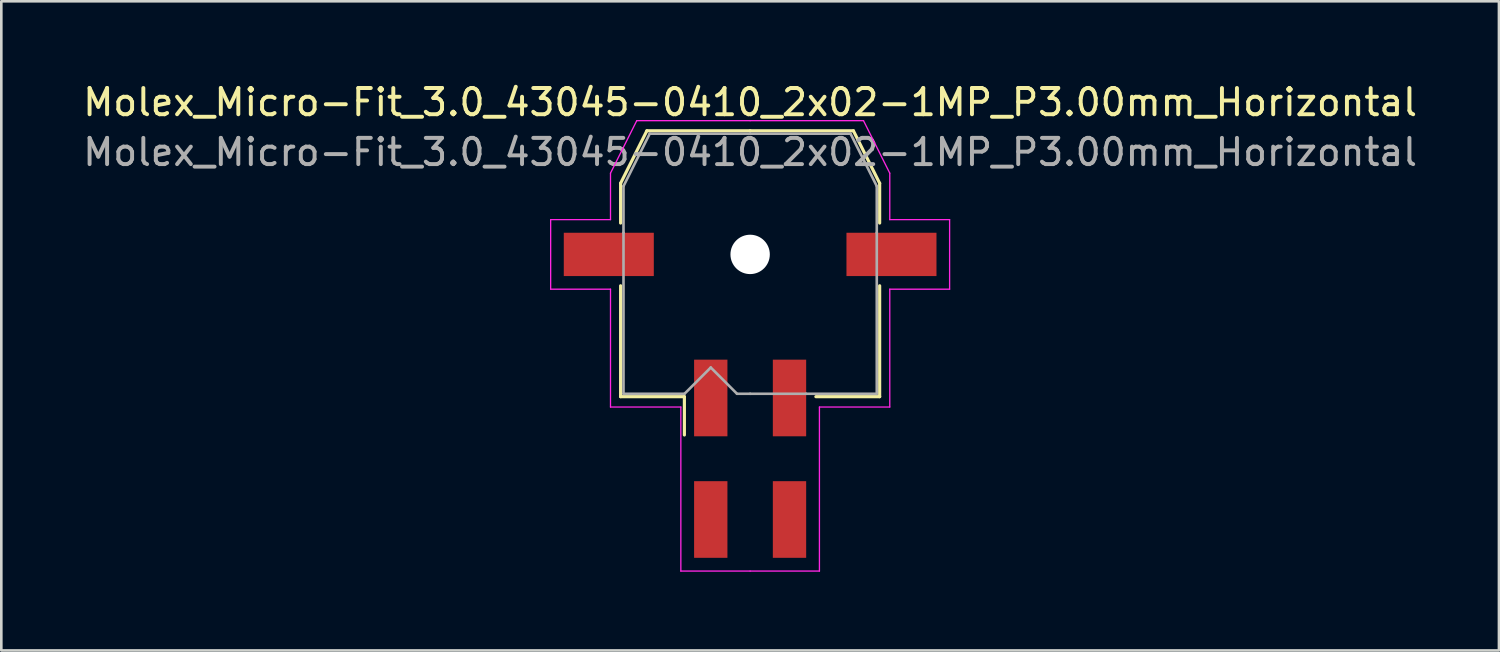
<source format=kicad_pcb>
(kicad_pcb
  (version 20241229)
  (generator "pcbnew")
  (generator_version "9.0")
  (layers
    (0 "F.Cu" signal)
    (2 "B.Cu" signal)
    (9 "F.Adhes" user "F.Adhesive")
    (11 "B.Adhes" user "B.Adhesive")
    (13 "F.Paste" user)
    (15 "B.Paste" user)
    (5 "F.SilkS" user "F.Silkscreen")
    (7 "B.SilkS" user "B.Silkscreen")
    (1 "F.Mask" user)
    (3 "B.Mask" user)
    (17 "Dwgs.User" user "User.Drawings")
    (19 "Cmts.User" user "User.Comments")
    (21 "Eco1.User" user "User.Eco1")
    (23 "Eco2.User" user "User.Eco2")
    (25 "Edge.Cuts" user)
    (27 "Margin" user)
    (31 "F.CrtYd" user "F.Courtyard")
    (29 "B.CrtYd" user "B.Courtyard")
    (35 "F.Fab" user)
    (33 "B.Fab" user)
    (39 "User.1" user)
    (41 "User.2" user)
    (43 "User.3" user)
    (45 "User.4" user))
  (footprint "Molex_Micro-Fit_3.0_43045-0410_2x02-1MP_P3.00mm_Horizontal"
    (layer "F.Cu")
    (at 25.53 14.428)
    (property "Reference" "Molex_Micro-Fit_3.0_43045-0410_2x02-1MP_P3.00mm_Horizontal" (at 0 -13.58 0) (layer "F.SilkS") (effects (font (size 1 1) (thickness 0.15))))
    (attr smd)
    (fp_line (start -4.935 -10.495) (end -4.935 -8.98) (stroke (width 0.12) (type solid)) (layer "F.SilkS"))
    (fp_line (start -4.935 -6.59) (end -4.935 -2.365) (stroke (width 0.12) (type solid)) (layer "F.SilkS"))
    (fp_line (start -4.935 -2.365) (end -2.505 -2.365) (stroke (width 0.12) (type solid)) (layer "F.SilkS"))
    (fp_line (start -3.935 -12.495) (end -4.935 -10.495) (stroke (width 0.12) (type solid)) (layer "F.SilkS"))
    (fp_line (start -2.505 -2.365) (end -2.505 -0.905) (stroke (width 0.12) (type solid)) (layer "F.SilkS"))
    (fp_line (start 0 -12.495) (end -3.935 -12.495) (stroke (width 0.12) (type solid)) (layer "F.SilkS"))
    (fp_line (start 0 -12.495) (end 3.935 -12.495) (stroke (width 0.12) (type solid)) (layer "F.SilkS"))
    (fp_line (start 3.935 -12.495) (end 4.935 -10.495) (stroke (width 0.12) (type solid)) (layer "F.SilkS"))
    (fp_line (start 4.935 -10.495) (end 4.935 -8.98) (stroke (width 0.12) (type solid)) (layer "F.SilkS"))
    (fp_line (start 4.935 -6.59) (end 4.935 -2.365) (stroke (width 0.12) (type solid)) (layer "F.SilkS"))
    (fp_line (start 4.935 -2.365) (end 2.505 -2.365) (stroke (width 0.12) (type solid)) (layer "F.SilkS"))
    (fp_line (start -7.6 -9.11) (end -7.6 -6.46) (stroke (width 0.05) (type solid)) (layer "F.CrtYd"))
    (fp_line (start -7.6 -6.46) (end -5.32 -6.46) (stroke (width 0.05) (type solid)) (layer "F.CrtYd"))
    (fp_line (start -5.32 -10.88) (end -5.32 -9.11) (stroke (width 0.05) (type solid)) (layer "F.CrtYd"))
    (fp_line (start -5.32 -9.11) (end -7.6 -9.11) (stroke (width 0.05) (type solid)) (layer "F.CrtYd"))
    (fp_line (start -5.32 -6.46) (end -5.32 -1.97) (stroke (width 0.05) (type solid)) (layer "F.CrtYd"))
    (fp_line (start -5.32 -1.97) (end -2.64 -1.97) (stroke (width 0.05) (type solid)) (layer "F.CrtYd"))
    (fp_line (start -4.32 -12.88) (end -5.32 -10.88) (stroke (width 0.05) (type solid)) (layer "F.CrtYd"))
    (fp_line (start -2.64 -1.97) (end -2.64 4.28) (stroke (width 0.05) (type solid)) (layer "F.CrtYd"))
    (fp_line (start -2.64 4.28) (end 0 4.28) (stroke (width 0.05) (type solid)) (layer "F.CrtYd"))
    (fp_line (start 0 -12.88) (end -4.32 -12.88) (stroke (width 0.05) (type solid)) (layer "F.CrtYd"))
    (fp_line (start 0 -12.88) (end 4.32 -12.88) (stroke (width 0.05) (type solid)) (layer "F.CrtYd"))
    (fp_line (start 2.64 -1.97) (end 2.64 4.28) (stroke (width 0.05) (type solid)) (layer "F.CrtYd"))
    (fp_line (start 2.64 4.28) (end 0 4.28) (stroke (width 0.05) (type solid)) (layer "F.CrtYd"))
    (fp_line (start 4.32 -12.88) (end 5.32 -10.88) (stroke (width 0.05) (type solid)) (layer "F.CrtYd"))
    (fp_line (start 5.32 -10.88) (end 5.32 -9.11) (stroke (width 0.05) (type solid)) (layer "F.CrtYd"))
    (fp_line (start 5.32 -9.11) (end 7.6 -9.11) (stroke (width 0.05) (type solid)) (layer "F.CrtYd"))
    (fp_line (start 5.32 -6.46) (end 5.32 -1.97) (stroke (width 0.05) (type solid)) (layer "F.CrtYd"))
    (fp_line (start 5.32 -1.97) (end 2.64 -1.97) (stroke (width 0.05) (type solid)) (layer "F.CrtYd"))
    (fp_line (start 7.6 -9.11) (end 7.6 -6.46) (stroke (width 0.05) (type solid)) (layer "F.CrtYd"))
    (fp_line (start 7.6 -6.46) (end 5.32 -6.46) (stroke (width 0.05) (type solid)) (layer "F.CrtYd"))
    (fp_line (start -4.825 -10.385) (end -4.825 -8.61) (stroke (width 0.1) (type solid)) (layer "F.Fab"))
    (fp_line (start -4.825 -8.61) (end -4.825 -2.475) (stroke (width 0.1) (type solid)) (layer "F.Fab"))
    (fp_line (start -4.825 -2.475) (end -2.5 -2.475) (stroke (width 0.1) (type solid)) (layer "F.Fab"))
    (fp_line (start -3.825 -12.385) (end -4.825 -10.385) (stroke (width 0.1) (type solid)) (layer "F.Fab"))
    (fp_line (start -2.5 -2.475) (end -1.5 -3.475) (stroke (width 0.1) (type solid)) (layer "F.Fab"))
    (fp_line (start -1.5 -3.475) (end -0.5 -2.475) (stroke (width 0.1) (type solid)) (layer "F.Fab"))
    (fp_line (start -0.5 -2.475) (end 0 -2.475) (stroke (width 0.1) (type solid)) (layer "F.Fab"))
    (fp_line (start 0 -12.385) (end -3.825 -12.385) (stroke (width 0.1) (type solid)) (layer "F.Fab"))
    (fp_line (start 0 -12.385) (end 3.825 -12.385) (stroke (width 0.1) (type solid)) (layer "F.Fab"))
    (fp_line (start 2.135 -2.475) (end 0 -2.475) (stroke (width 0.1) (type solid)) (layer "F.Fab"))
    (fp_line (start 3.825 -12.385) (end 4.825 -10.385) (stroke (width 0.1) (type solid)) (layer "F.Fab"))
    (fp_line (start 4.825 -10.385) (end 4.825 -8.61) (stroke (width 0.1) (type solid)) (layer "F.Fab"))
    (fp_line (start 4.825 -8.61) (end 4.825 -2.475) (stroke (width 0.1) (type solid)) (layer "F.Fab"))
    (fp_line (start 4.825 -2.475) (end 2.135 -2.475) (stroke (width 0.1) (type solid)) (layer "F.Fab"))
    (fp_text user "${REFERENCE}" (at 0 -11.68 0) (layer "F.Fab") (effects (font (size 1 1) (thickness 0.15))))
    (pad "" np_thru_hole circle (at 0 -7.785) (size 1.5 1.5) (drill 1.5) (layers "*.Cu" "*.Mask"))
    (pad "1" smd rect (at -1.5 -2.315) (size 1.27 2.92) (layers "F.Cu" "F.Mask" "F.Paste"))
    (pad "2" smd rect (at 1.5 -2.315) (size 1.27 2.92) (layers "F.Cu" "F.Mask" "F.Paste"))
    (pad "3" smd rect (at -1.5 2.315) (size 1.27 2.92) (layers "F.Cu" "F.Mask" "F.Paste"))
    (pad "4" smd rect (at 1.5 2.315) (size 1.27 2.92) (layers "F.Cu" "F.Mask" "F.Paste"))
    (pad "MP" smd rect (at -5.385 -7.785) (size 3.43 1.65) (layers "F.Cu" "F.Mask" "F.Paste"))
    (pad "MP" smd rect (at 5.385 -7.785) (size 3.43 1.65) (layers "F.Cu" "F.Mask" "F.Paste")))
  (gr_rect
    (start -3 -3)
    (end 54.06 21.733)
    (stroke (width 0.1) (type default))
    (fill no)
    (layer "Edge.Cuts")))
</source>
